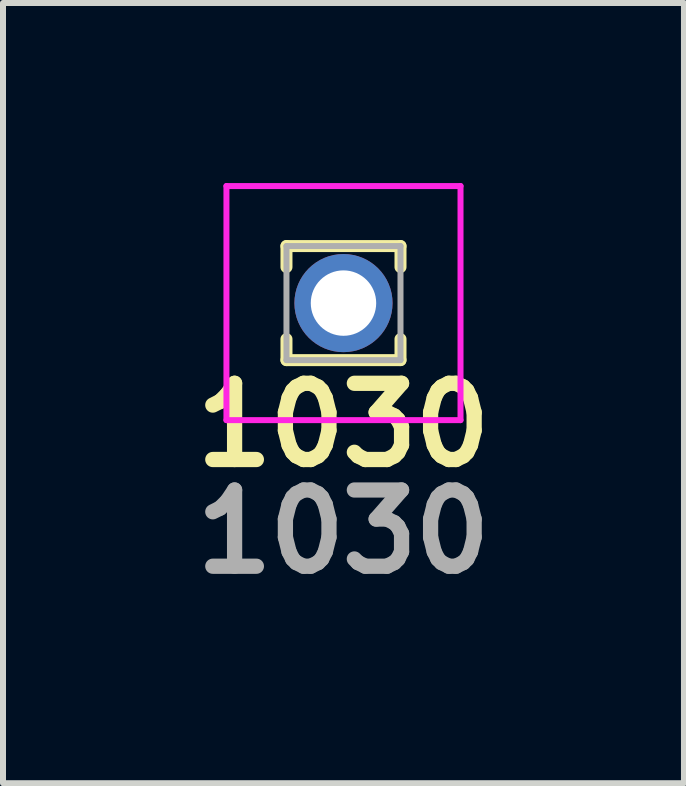
<source format=kicad_pcb>
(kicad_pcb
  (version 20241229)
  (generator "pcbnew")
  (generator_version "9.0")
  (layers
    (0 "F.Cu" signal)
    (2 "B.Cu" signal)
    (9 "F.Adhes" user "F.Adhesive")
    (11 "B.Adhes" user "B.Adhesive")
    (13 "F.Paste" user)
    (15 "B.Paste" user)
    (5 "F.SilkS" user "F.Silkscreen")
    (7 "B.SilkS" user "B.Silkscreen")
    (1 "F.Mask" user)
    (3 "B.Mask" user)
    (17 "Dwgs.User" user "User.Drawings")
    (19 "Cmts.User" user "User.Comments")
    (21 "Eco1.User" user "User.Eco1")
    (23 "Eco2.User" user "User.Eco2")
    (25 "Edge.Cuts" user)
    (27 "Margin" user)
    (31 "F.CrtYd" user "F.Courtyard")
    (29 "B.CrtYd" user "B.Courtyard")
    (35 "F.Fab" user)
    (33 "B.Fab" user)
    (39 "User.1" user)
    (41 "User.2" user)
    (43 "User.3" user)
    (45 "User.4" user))
  (footprint "1030"
    (layer "F.Cu")
    (at 2.673 2)
    (property "Reference" "1030" (at 0 2.032 0) (layer "F.SilkS") (effects (font (size 1.27 1.27) (thickness 0.254))))
    (attr through_hole)
    (fp_line (start -0.95 -0.95) (end 0.95 -0.95) (stroke (width 0.2) (type solid)) (layer "F.SilkS"))
    (fp_line (start -0.95 -0.6) (end -0.95 -0.95) (stroke (width 0.2) (type solid)) (layer "F.SilkS"))
    (fp_line (start -0.95 0.6) (end -0.95 0.95) (stroke (width 0.2) (type solid)) (layer "F.SilkS"))
    (fp_line (start -0.95 0.95) (end 0.95 0.95) (stroke (width 0.2) (type solid)) (layer "F.SilkS"))
    (fp_line (start 0.95 -0.95) (end 0.95 -0.6) (stroke (width 0.2) (type solid)) (layer "F.SilkS"))
    (fp_line (start 0.95 0.95) (end 0.95 0.6) (stroke (width 0.2) (type solid)) (layer "F.SilkS"))
    (fp_line (start -1.95 -1.95) (end 1.95 -1.95) (stroke (width 0.1) (type solid)) (layer "F.CrtYd"))
    (fp_line (start -1.95 1.95) (end -1.95 -1.95) (stroke (width 0.1) (type solid)) (layer "F.CrtYd"))
    (fp_line (start 1.95 -1.95) (end 1.95 1.95) (stroke (width 0.1) (type solid)) (layer "F.CrtYd"))
    (fp_line (start 1.95 1.95) (end -1.95 1.95) (stroke (width 0.1) (type solid)) (layer "F.CrtYd"))
    (fp_line (start -0.95 -0.95) (end 0.95 -0.95) (stroke (width 0.1) (type solid)) (layer "F.Fab"))
    (fp_line (start -0.95 0.95) (end -0.95 -0.95) (stroke (width 0.1) (type solid)) (layer "F.Fab"))
    (fp_line (start 0.95 -0.95) (end 0.95 0.95) (stroke (width 0.1) (type solid)) (layer "F.Fab"))
    (fp_line (start 0.95 0.95) (end -0.95 0.95) (stroke (width 0.1) (type solid)) (layer "F.Fab"))
    (fp_text user "${REFERENCE}" (at 0 3.81 0) (layer "F.Fab") (effects (font (size 1.27 1.27) (thickness 0.254))))
    (pad "1" thru_hole circle (at 0 0) (size 1.635 1.635) (drill 1.09) (layers "*.Cu" "*.Mask")))
  (gr_rect
    (start -3 -3)
    (end 8.346 9.999)
    (stroke (width 0.1) (type default))
    (fill no)
    (layer "Edge.Cuts")))
</source>
